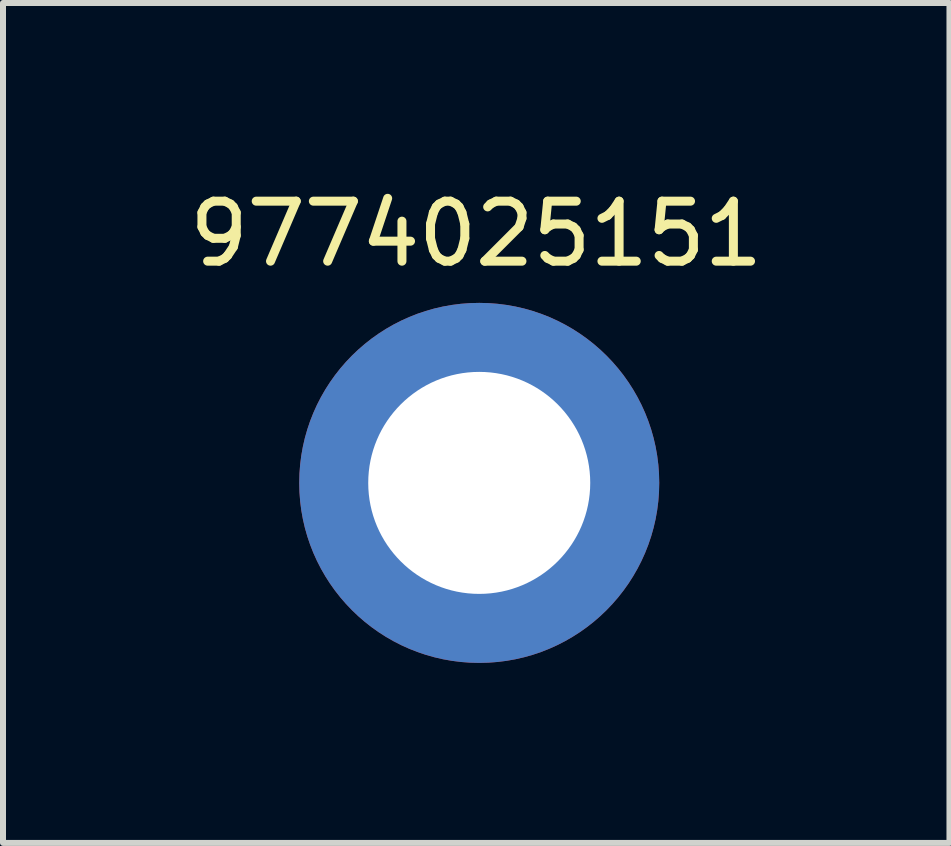
<source format=kicad_pcb>
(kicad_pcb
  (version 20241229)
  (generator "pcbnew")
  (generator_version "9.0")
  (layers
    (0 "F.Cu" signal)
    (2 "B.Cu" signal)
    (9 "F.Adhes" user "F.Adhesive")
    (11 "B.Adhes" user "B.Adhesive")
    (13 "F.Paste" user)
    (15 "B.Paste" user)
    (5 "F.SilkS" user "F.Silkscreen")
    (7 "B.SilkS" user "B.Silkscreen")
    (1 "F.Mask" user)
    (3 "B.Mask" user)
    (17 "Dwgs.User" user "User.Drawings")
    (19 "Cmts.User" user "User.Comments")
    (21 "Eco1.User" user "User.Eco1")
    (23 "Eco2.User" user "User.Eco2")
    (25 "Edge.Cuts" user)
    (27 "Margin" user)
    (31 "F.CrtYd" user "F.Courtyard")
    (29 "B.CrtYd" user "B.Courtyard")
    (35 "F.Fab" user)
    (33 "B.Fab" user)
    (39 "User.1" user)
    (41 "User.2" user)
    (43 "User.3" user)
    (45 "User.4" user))
  (footprint "9774025151"
    (layer "F.Cu")
    (at 4.887 5.048)
    (property "Reference" "9774025151" (at 0 -4.2 0) (layer "F.SilkS") (effects (font (size 1 1) (thickness 0.15))))
    (attr through_hole)
    (pad "1" thru_hole circle (at 0.05 -0.05) (size 6 6) (drill 3.7) (layers "*.Cu" "F.Mask" "F.Paste")))
  (gr_rect
    (start -3 -3)
    (end 12.774 10.998)
    (stroke (width 0.1) (type default))
    (fill no)
    (layer "Edge.Cuts")))
</source>
